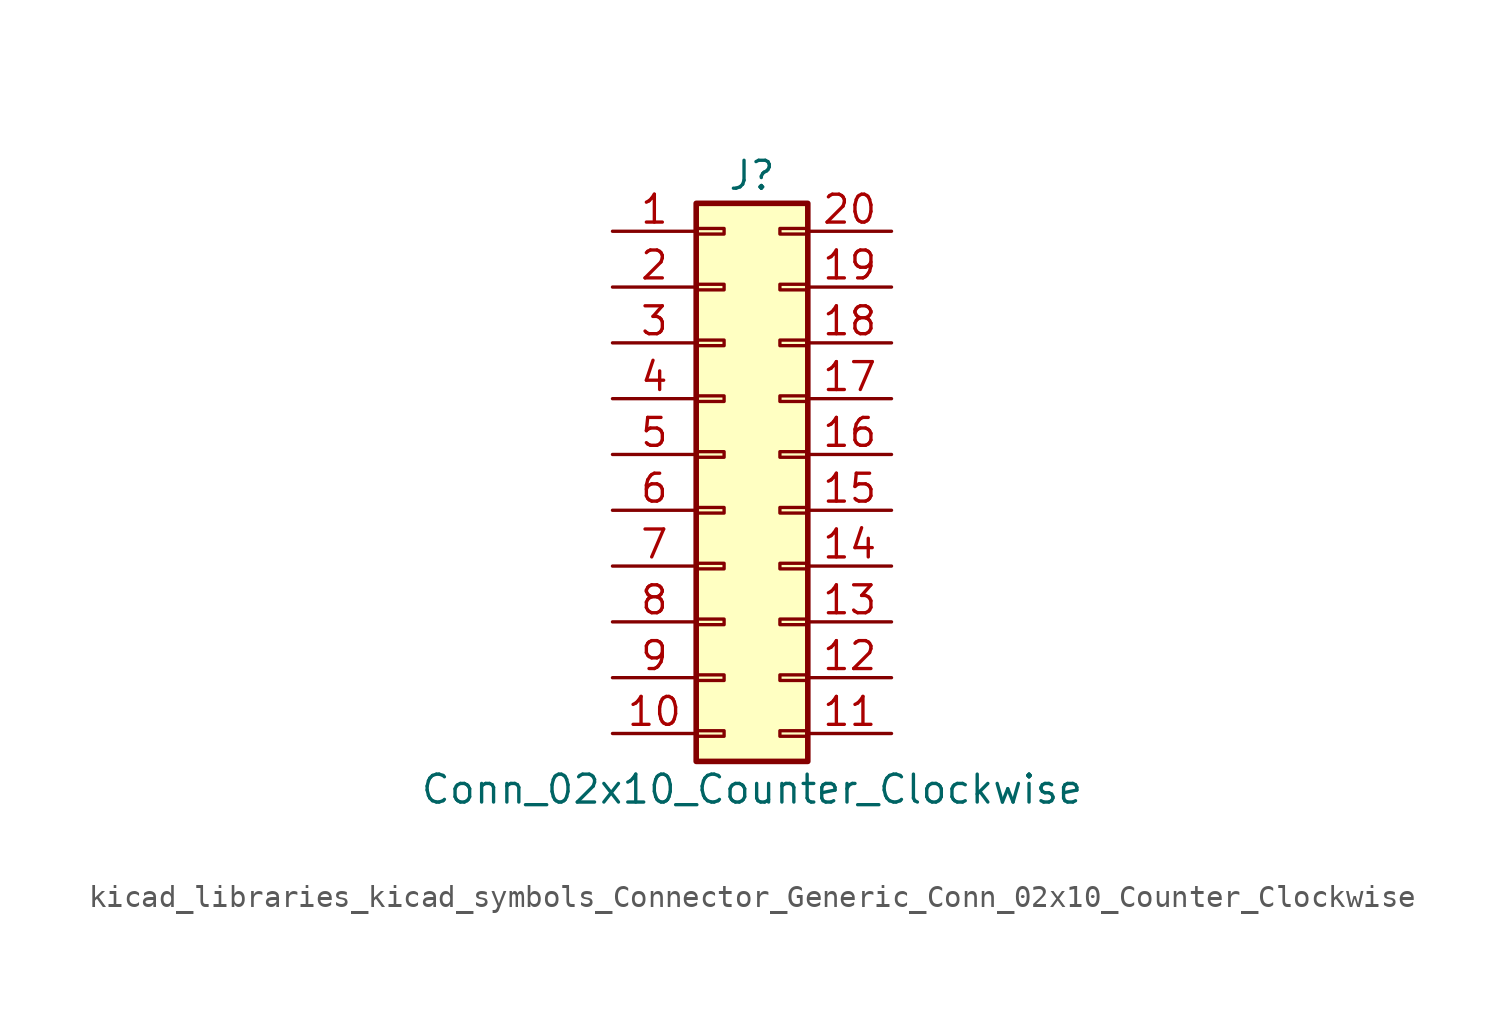
<source format=kicad_sym>
(kicad_symbol_lib
  (version 20220914)
  (generator kicad_symbol_editor)
  (symbol "kicad_libraries_kicad_symbols_Connector_Generic_Conn_02x10_Counter_Clockwise"
    (pin_names
      (offset 1.016) hide)
    (property "Reference" "J"
      (at 1.27 12.7 0)
      (effects (font (size 1.27 1.27))))
    (property "Value" "Conn_02x10_Counter_Clockwise"
      (at 1.27 -15.24 0)
      (effects (font (size 1.27 1.27))))
    (symbol "kicad_libraries_kicad_symbols_Connector_Generic_Conn_02x10_Counter_Clockwise_1_1"
      (rectangle (start -1.27 -12.573) (end 0 -12.827) (stroke (width 0.152) (type default)) (fill (type none)))
      (rectangle (start -1.27 -10.033) (end 0 -10.287) (stroke (width 0.152) (type default)) (fill (type none)))
      (rectangle (start -1.27 -7.493) (end 0 -7.747) (stroke (width 0.152) (type default)) (fill (type none)))
      (rectangle (start -1.27 -4.953) (end 0 -5.207) (stroke (width 0.152) (type default)) (fill (type none)))
      (rectangle (start -1.27 -2.413) (end 0 -2.667) (stroke (width 0.152) (type default)) (fill (type none)))
      (rectangle (start -1.27 0.127) (end 0 -0.127) (stroke (width 0.152) (type default)) (fill (type none)))
      (rectangle (start -1.27 2.667) (end 0 2.413) (stroke (width 0.152) (type default)) (fill (type none)))
      (rectangle (start -1.27 5.207) (end 0 4.953) (stroke (width 0.152) (type default)) (fill (type none)))
      (rectangle (start -1.27 7.747) (end 0 7.493) (stroke (width 0.152) (type default)) (fill (type none)))
      (rectangle (start -1.27 10.287) (end 0 10.033) (stroke (width 0.152) (type default)) (fill (type none)))
      (rectangle (start -1.27 11.43) (end 3.81 -13.97) (stroke (width 0.254) (type default)) (fill (type background)))
      (rectangle (start 3.81 -12.573) (end 2.54 -12.827) (stroke (width 0.152) (type default)) (fill (type none)))
      (rectangle (start 3.81 -10.033) (end 2.54 -10.287) (stroke (width 0.152) (type default)) (fill (type none)))
      (rectangle (start 3.81 -7.493) (end 2.54 -7.747) (stroke (width 0.152) (type default)) (fill (type none)))
      (rectangle (start 3.81 -4.953) (end 2.54 -5.207) (stroke (width 0.152) (type default)) (fill (type none)))
      (rectangle (start 3.81 -2.413) (end 2.54 -2.667) (stroke (width 0.152) (type default)) (fill (type none)))
      (rectangle (start 3.81 0.127) (end 2.54 -0.127) (stroke (width 0.152) (type default)) (fill (type none)))
      (rectangle (start 3.81 2.667) (end 2.54 2.413) (stroke (width 0.152) (type default)) (fill (type none)))
      (rectangle (start 3.81 5.207) (end 2.54 4.953) (stroke (width 0.152) (type default)) (fill (type none)))
      (rectangle (start 3.81 7.747) (end 2.54 7.493) (stroke (width 0.152) (type default)) (fill (type none)))
      (rectangle (start 3.81 10.287) (end 2.54 10.033) (stroke (width 0.152) (type default)) (fill (type none)))
      (pin passive line (at -5.08 10.16 0) (length 3.81) (name "Pin_1" (effects (font (size 1.27 1.27)))) (number "1" (effects (font (size 1.27 1.27)))))
      (pin passive line (at -5.08 -12.7 0) (length 3.81) (name "Pin_10" (effects (font (size 1.27 1.27)))) (number "10" (effects (font (size 1.27 1.27)))))
      (pin passive line (at 7.62 -12.7 180) (length 3.81) (name "Pin_11" (effects (font (size 1.27 1.27)))) (number "11" (effects (font (size 1.27 1.27)))))
      (pin passive line (at 7.62 -10.16 180) (length 3.81) (name "Pin_12" (effects (font (size 1.27 1.27)))) (number "12" (effects (font (size 1.27 1.27)))))
      (pin passive line (at 7.62 -7.62 180) (length 3.81) (name "Pin_13" (effects (font (size 1.27 1.27)))) (number "13" (effects (font (size 1.27 1.27)))))
      (pin passive line (at 7.62 -5.08 180) (length 3.81) (name "Pin_14" (effects (font (size 1.27 1.27)))) (number "14" (effects (font (size 1.27 1.27)))))
      (pin passive line (at 7.62 -2.54 180) (length 3.81) (name "Pin_15" (effects (font (size 1.27 1.27)))) (number "15" (effects (font (size 1.27 1.27)))))
      (pin passive line (at 7.62 0 180) (length 3.81) (name "Pin_16" (effects (font (size 1.27 1.27)))) (number "16" (effects (font (size 1.27 1.27)))))
      (pin passive line (at 7.62 2.54 180) (length 3.81) (name "Pin_17" (effects (font (size 1.27 1.27)))) (number "17" (effects (font (size 1.27 1.27)))))
      (pin passive line (at 7.62 5.08 180) (length 3.81) (name "Pin_18" (effects (font (size 1.27 1.27)))) (number "18" (effects (font (size 1.27 1.27)))))
      (pin passive line (at 7.62 7.62 180) (length 3.81) (name "Pin_19" (effects (font (size 1.27 1.27)))) (number "19" (effects (font (size 1.27 1.27)))))
      (pin passive line (at -5.08 7.62 0) (length 3.81) (name "Pin_2" (effects (font (size 1.27 1.27)))) (number "2" (effects (font (size 1.27 1.27)))))
      (pin passive line (at 7.62 10.16 180) (length 3.81) (name "Pin_20" (effects (font (size 1.27 1.27)))) (number "20" (effects (font (size 1.27 1.27)))))
      (pin passive line (at -5.08 5.08 0) (length 3.81) (name "Pin_3" (effects (font (size 1.27 1.27)))) (number "3" (effects (font (size 1.27 1.27)))))
      (pin passive line (at -5.08 2.54 0) (length 3.81) (name "Pin_4" (effects (font (size 1.27 1.27)))) (number "4" (effects (font (size 1.27 1.27)))))
      (pin passive line (at -5.08 0 0) (length 3.81) (name "Pin_5" (effects (font (size 1.27 1.27)))) (number "5" (effects (font (size 1.27 1.27)))))
      (pin passive line (at -5.08 -2.54 0) (length 3.81) (name "Pin_6" (effects (font (size 1.27 1.27)))) (number "6" (effects (font (size 1.27 1.27)))))
      (pin passive line (at -5.08 -5.08 0) (length 3.81) (name "Pin_7" (effects (font (size 1.27 1.27)))) (number "7" (effects (font (size 1.27 1.27)))))
      (pin passive line (at -5.08 -7.62 0) (length 3.81) (name "Pin_8" (effects (font (size 1.27 1.27)))) (number "8" (effects (font (size 1.27 1.27)))))
      (pin passive line (at -5.08 -10.16 0) (length 3.81) (name "Pin_9" (effects (font (size 1.27 1.27)))) (number "9" (effects (font (size 1.27 1.27))))))))
</source>
